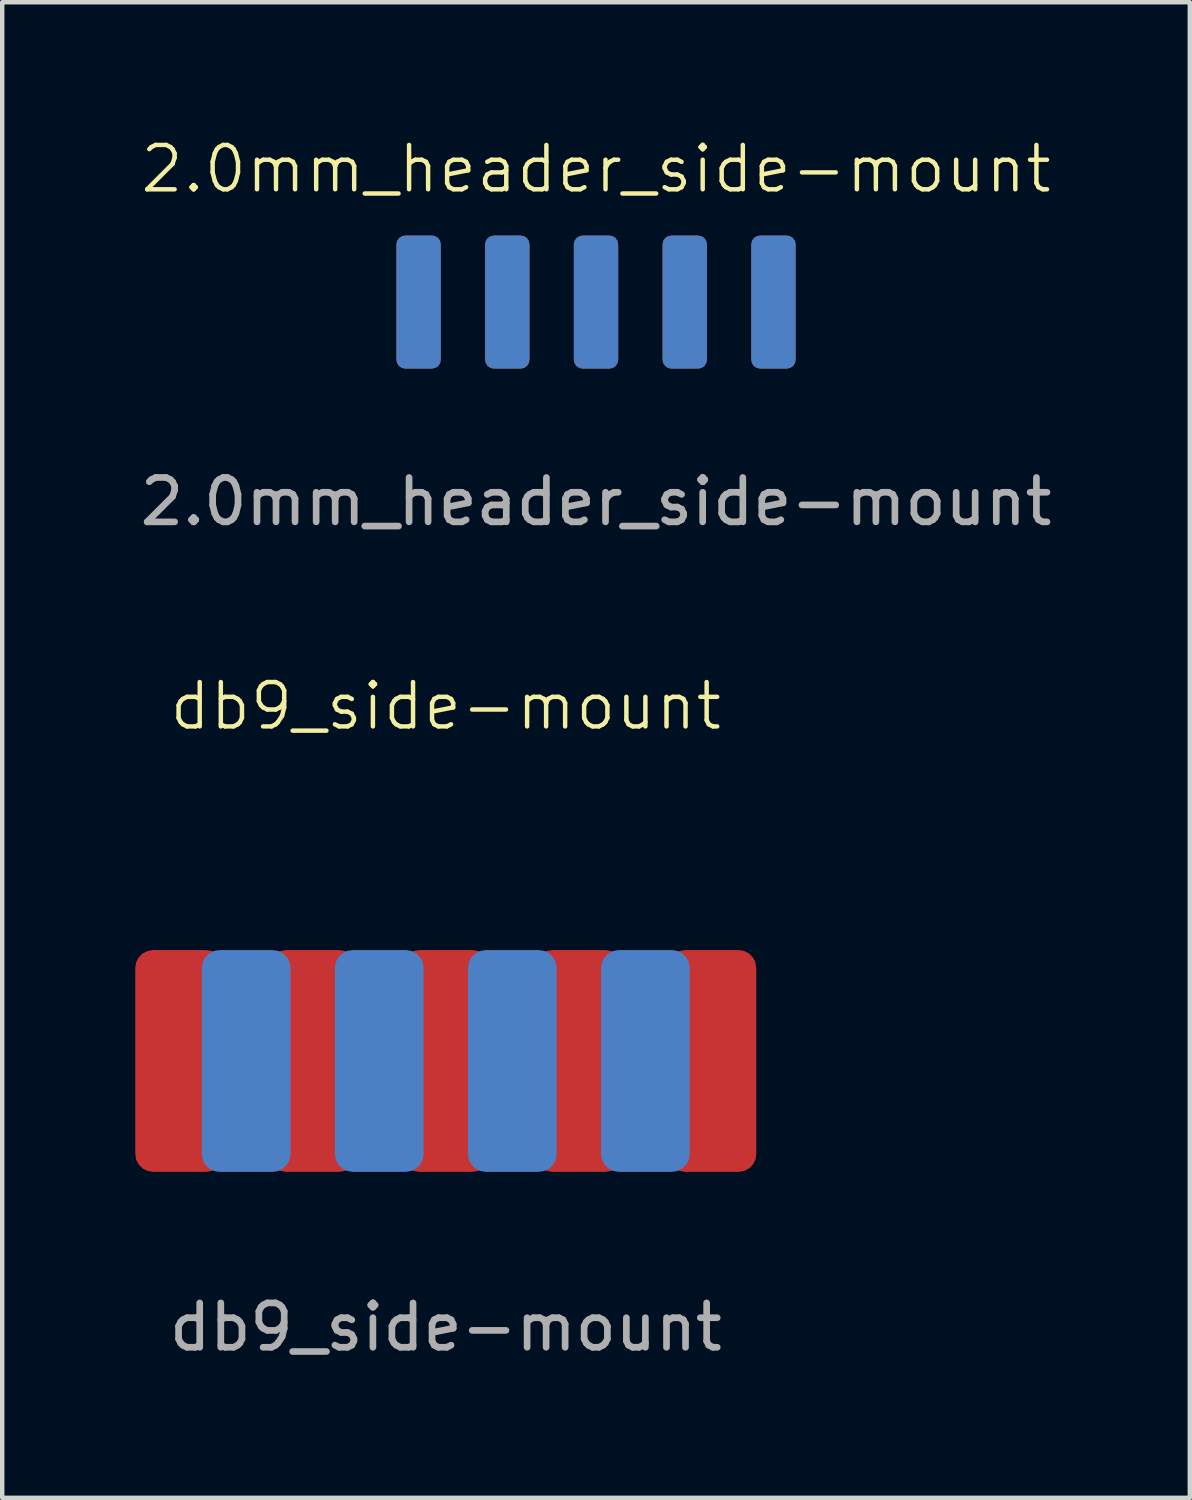
<source format=kicad_pcb>
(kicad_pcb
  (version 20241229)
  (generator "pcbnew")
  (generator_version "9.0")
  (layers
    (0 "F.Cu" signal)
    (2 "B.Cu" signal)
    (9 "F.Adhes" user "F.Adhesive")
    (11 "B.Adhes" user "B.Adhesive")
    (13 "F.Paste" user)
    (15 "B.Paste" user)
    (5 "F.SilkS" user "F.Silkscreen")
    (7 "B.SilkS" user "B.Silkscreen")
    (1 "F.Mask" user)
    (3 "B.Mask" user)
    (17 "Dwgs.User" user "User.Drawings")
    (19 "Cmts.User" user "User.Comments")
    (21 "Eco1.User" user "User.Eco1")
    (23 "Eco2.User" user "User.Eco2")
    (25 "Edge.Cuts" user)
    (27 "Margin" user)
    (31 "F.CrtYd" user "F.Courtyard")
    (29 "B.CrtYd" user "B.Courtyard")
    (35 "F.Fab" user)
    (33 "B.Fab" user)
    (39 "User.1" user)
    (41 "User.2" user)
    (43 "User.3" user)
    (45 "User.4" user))
  (footprint "2.0mm_header_side-mount"
    (layer "F.Cu")
    (at 10.387 3.76)
    (property "Reference" "2.0mm_header_side-mount" (at 0 -3 0) (unlocked yes) (layer "F.SilkS") (effects (font (size 1 1) (thickness 0.1))))
    (attr smd)
    (fp_text user "${REFERENCE}" (at 0 4.5 0) (unlocked yes) (layer "F.Fab") (effects (font (size 1 1) (thickness 0.15))))
    (pad "1" smd roundrect (at -4 0) (size 1 3) (layers "F.Cu" "F.Mask" "F.Paste") (roundrect_rratio 0.2))
    (pad "2" smd roundrect (at -4 0) (size 1 3) (layers "B.Cu" "B.Mask" "B.Paste") (roundrect_rratio 0.2))
    (pad "3" smd roundrect (at -2 0) (size 1 3) (layers "F.Cu" "F.Mask" "F.Paste") (roundrect_rratio 0.2))
    (pad "4" smd roundrect (at -2 0) (size 1 3) (layers "B.Cu" "B.Mask" "B.Paste") (roundrect_rratio 0.2))
    (pad "5" smd roundrect (at 0 0) (size 1 3) (layers "F.Cu" "F.Mask" "F.Paste") (roundrect_rratio 0.2))
    (pad "6" smd roundrect (at 0 0) (size 1 3) (layers "B.Cu" "B.Mask" "B.Paste") (roundrect_rratio 0.2))
    (pad "7" smd roundrect (at 2 0) (size 1 3) (layers "F.Cu" "F.Mask" "F.Paste") (roundrect_rratio 0.2))
    (pad "8" smd roundrect (at 2 0) (size 1 3) (layers "B.Cu" "B.Mask" "B.Paste") (roundrect_rratio 0.2))
    (pad "9" smd roundrect (at 4 0) (size 1 3) (layers "F.Cu" "F.Mask" "F.Paste") (roundrect_rratio 0.2))
    (pad "10" smd roundrect (at 4 0) (size 1 3) (layers "B.Cu" "B.Mask" "B.Paste") (roundrect_rratio 0.2)))
  (footprint "db9_side-mount"
    (layer "F.Cu")
    (at 7 20.869)
    (property "Reference" "db9_side-mount" (at 0 -8 0) (unlocked yes) (layer "F.SilkS") (effects (font (size 1 1) (thickness 0.1))))
    (attr smd)
    (fp_text user "${REFERENCE}" (at 0 6 0) (unlocked yes) (layer "F.Fab") (effects (font (size 1 1) (thickness 0.15))))
    (pad "1" smd roundrect (at -6 0) (size 2 5) (layers "F.Cu" "F.Mask" "F.Paste") (roundrect_rratio 0.2))
    (pad "2" smd roundrect (at -3 0) (size 2 5) (layers "F.Cu" "F.Mask" "F.Paste") (roundrect_rratio 0.2))
    (pad "3" smd roundrect (at 0 0) (size 2 5) (layers "F.Cu" "F.Mask" "F.Paste") (roundrect_rratio 0.2))
    (pad "4" smd roundrect (at 3 0) (size 2 5) (layers "F.Cu" "F.Mask" "F.Paste") (roundrect_rratio 0.2))
    (pad "5" smd roundrect (at 6 0) (size 2 5) (layers "F.Cu" "F.Mask" "F.Paste") (roundrect_rratio 0.2))
    (pad "6" smd roundrect (at -4.5 0) (size 2 5) (layers "B.Cu" "B.Mask" "B.Paste") (roundrect_rratio 0.2))
    (pad "7" smd roundrect (at -1.5 0) (size 2 5) (layers "B.Cu" "B.Mask" "B.Paste") (roundrect_rratio 0.2))
    (pad "8" smd roundrect (at 1.5 0) (size 2 5) (layers "B.Cu" "B.Mask" "B.Paste") (roundrect_rratio 0.2))
    (pad "9" smd roundrect (at 4.5 0) (size 2 5) (layers "B.Cu" "B.Mask" "B.Paste") (roundrect_rratio 0.2)))
  (gr_rect
    (start -3 -3)
    (end 23.774 30.718)
    (stroke (width 0.1) (type default))
    (fill no)
    (layer "Edge.Cuts")))
</source>
